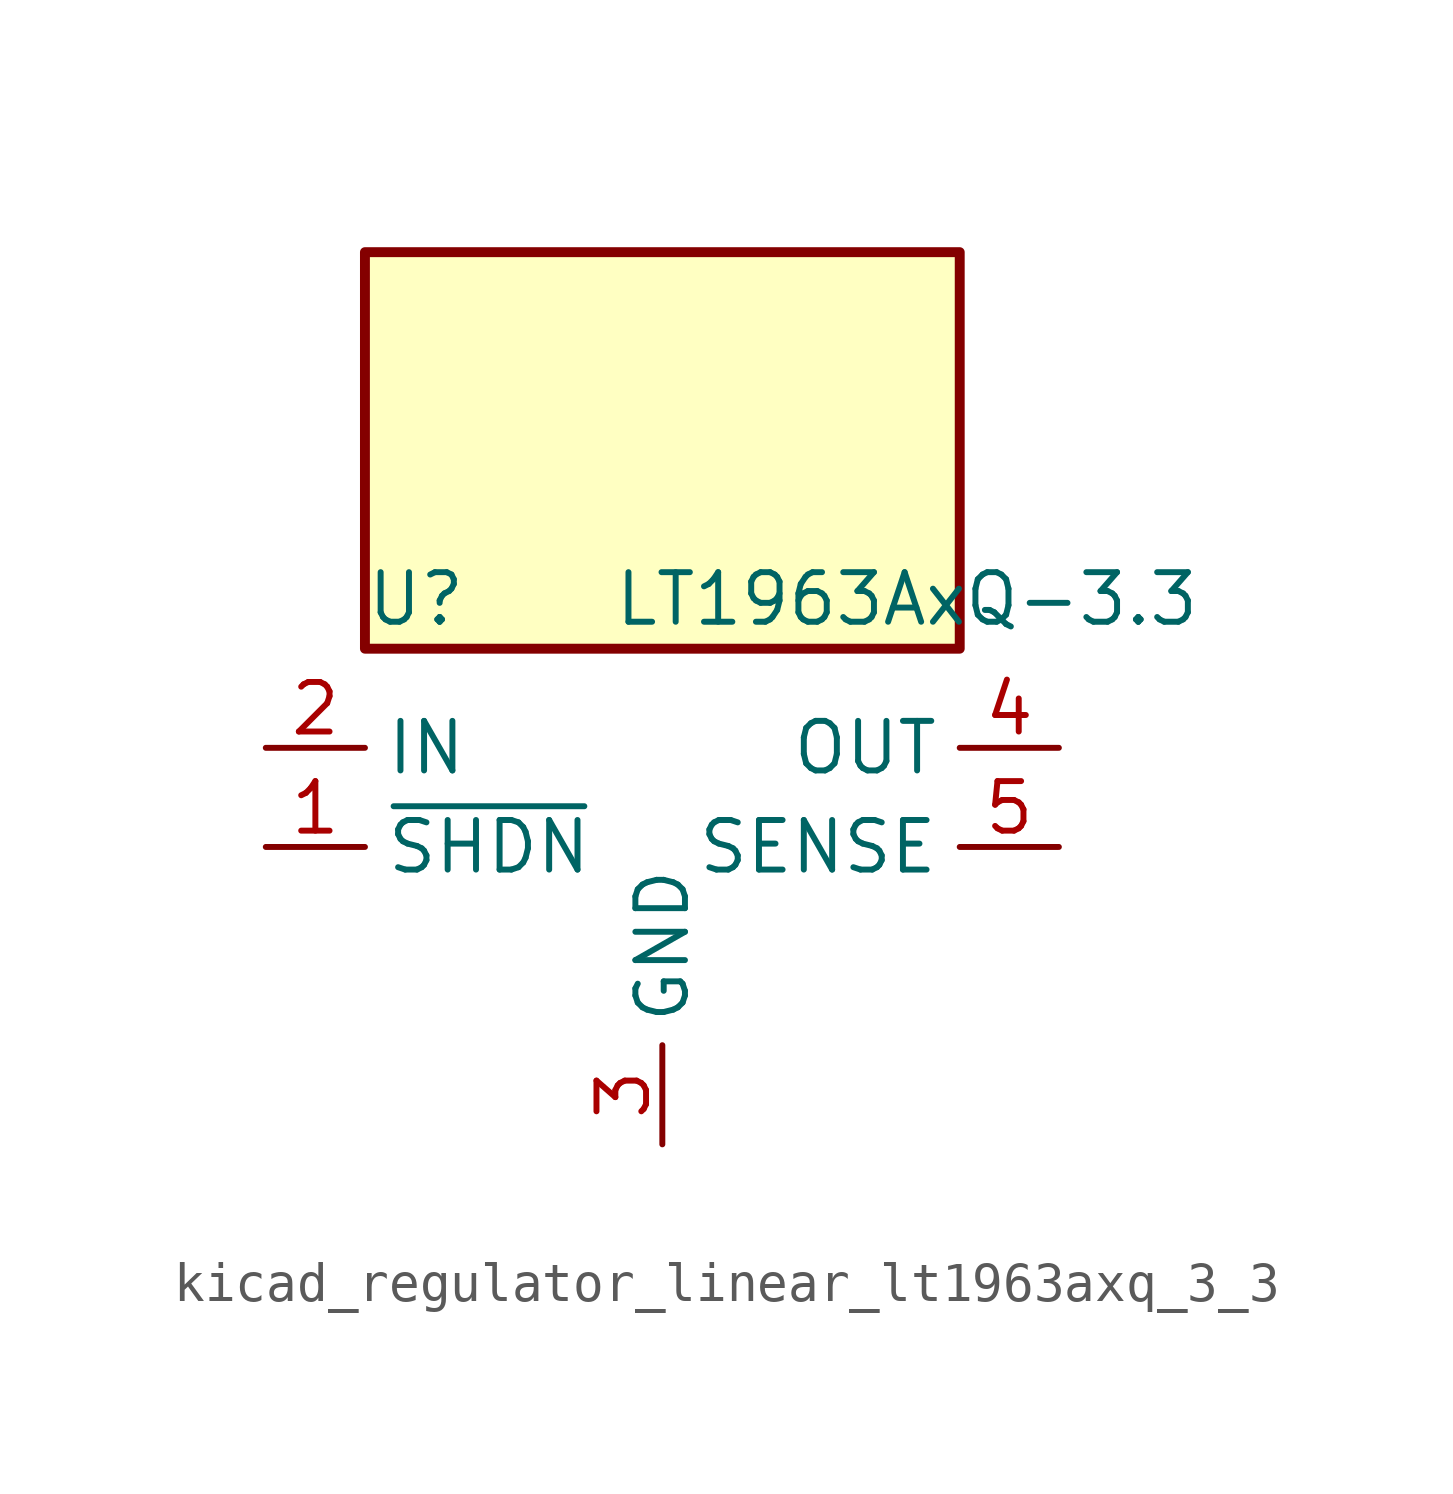
<source format=kicad_sym>
(kicad_symbol_lib
  (version 20220914)
  (generator kicad_symbol_editor)
  (symbol "kicad_regulator_linear_lt1963axq_3_3"
    (property "Reference" "U"
      (at -7.62 6.35 0)
      (effects (font (size 1.27 1.27)) (justify left)))
    (property "Value" "LT1963AxQ-3.3"
      (at -1.27 6.35 0)
      (effects (font (size 1.27 1.27)) (justify left)))
    (symbol "kicad_regulator_linear_lt1963axq_3_3_0_1"
      (rectangle (start 7.62 15.24) (end -7.62 5.08) (stroke (width 0.254) (type default)) (fill (type background))))
    (symbol "kicad_regulator_linear_lt1963axq_3_3_1_1"
      (pin input line (at -10.16 0 0) (length 2.54) (name "~{SHDN}" (effects (font (size 1.27 1.27)))) (number "1" (effects (font (size 1.27 1.27)))))
      (pin power_in line (at -10.16 2.54 0) (length 2.54) (name "IN" (effects (font (size 1.27 1.27)))) (number "2" (effects (font (size 1.27 1.27)))))
      (pin power_in line (at 0 -7.62 90) (length 2.54) (name "GND" (effects (font (size 1.27 1.27)))) (number "3" (effects (font (size 1.27 1.27)))))
      (pin power_out line (at 10.16 2.54 180) (length 2.54) (name "OUT" (effects (font (size 1.27 1.27)))) (number "4" (effects (font (size 1.27 1.27)))))
      (pin input line (at 10.16 0 180) (length 2.54) (name "SENSE" (effects (font (size 1.27 1.27)))) (number "5" (effects (font (size 1.27 1.27))))))))
</source>
